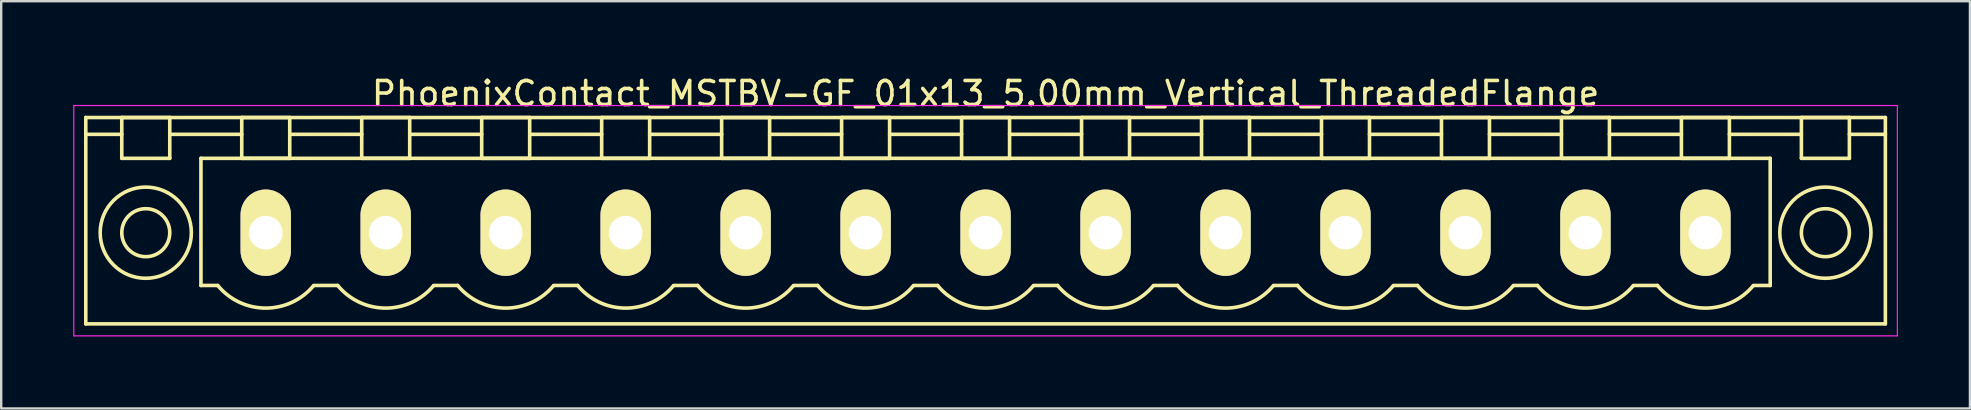
<source format=kicad_pcb>
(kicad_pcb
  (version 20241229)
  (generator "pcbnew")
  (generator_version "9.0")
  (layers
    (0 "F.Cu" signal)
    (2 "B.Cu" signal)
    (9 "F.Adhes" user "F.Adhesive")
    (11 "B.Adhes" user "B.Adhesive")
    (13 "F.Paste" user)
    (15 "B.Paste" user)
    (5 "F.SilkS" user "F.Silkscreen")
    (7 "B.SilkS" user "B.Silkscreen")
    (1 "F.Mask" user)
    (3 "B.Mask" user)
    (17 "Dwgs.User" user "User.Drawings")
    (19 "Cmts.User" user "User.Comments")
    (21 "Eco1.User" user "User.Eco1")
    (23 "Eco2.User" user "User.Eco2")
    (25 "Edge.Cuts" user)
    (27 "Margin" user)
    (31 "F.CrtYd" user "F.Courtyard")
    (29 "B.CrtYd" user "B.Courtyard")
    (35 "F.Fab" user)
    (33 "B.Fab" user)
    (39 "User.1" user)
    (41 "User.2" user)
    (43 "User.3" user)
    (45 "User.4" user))
  (footprint "PhoenixContact_MSTBV-GF_01x13_5.00mm_Vertical_ThreadedFlange"
    (layer "F.Cu")
    (at 8.025 6.648)
    (property "Reference" "PhoenixContact_MSTBV-GF_01x13_5.00mm_Vertical_ThreadedFlange" (at 30 -5.8 0) (layer "F.SilkS") (effects (font (size 1 1) (thickness 0.15))))
    (attr through_hole)
    (fp_line (start -7.5 -4.8) (end -7.5 3.8) (stroke (width 0.15) (type solid)) (layer "F.SilkS"))
    (fp_line (start -7.5 -4.1) (end -6 -4.1) (stroke (width 0.15) (type solid)) (layer "F.SilkS"))
    (fp_line (start -7.5 3.8) (end 67.5 3.8) (stroke (width 0.15) (type solid)) (layer "F.SilkS"))
    (fp_line (start -6 -4.8) (end -4 -4.8) (stroke (width 0.15) (type solid)) (layer "F.SilkS"))
    (fp_line (start -6 -3.1) (end -6 -4.8) (stroke (width 0.15) (type solid)) (layer "F.SilkS"))
    (fp_line (start -4 -4.8) (end -4 -3.1) (stroke (width 0.15) (type solid)) (layer "F.SilkS"))
    (fp_line (start -4 -4.1) (end -1 -4.1) (stroke (width 0.15) (type solid)) (layer "F.SilkS"))
    (fp_line (start -4 -3.1) (end -6 -3.1) (stroke (width 0.15) (type solid)) (layer "F.SilkS"))
    (fp_line (start -2.7 -3.1) (end 62.7 -3.1) (stroke (width 0.15) (type solid)) (layer "F.SilkS"))
    (fp_line (start -2.7 2.2) (end -2.7 -3.1) (stroke (width 0.15) (type solid)) (layer "F.SilkS"))
    (fp_line (start -2 2.2) (end -2.7 2.2) (stroke (width 0.15) (type solid)) (layer "F.SilkS"))
    (fp_line (start -1 -4.8) (end 1 -4.8) (stroke (width 0.15) (type solid)) (layer "F.SilkS"))
    (fp_line (start -1 -3.1) (end -1 -4.8) (stroke (width 0.15) (type solid)) (layer "F.SilkS"))
    (fp_line (start 1 -4.8) (end 1 -3.1) (stroke (width 0.15) (type solid)) (layer "F.SilkS"))
    (fp_line (start 1 -4.1) (end 4 -4.1) (stroke (width 0.15) (type solid)) (layer "F.SilkS"))
    (fp_line (start 1 -3.1) (end -1 -3.1) (stroke (width 0.15) (type solid)) (layer "F.SilkS"))
    (fp_line (start 2 2.2) (end 3 2.2) (stroke (width 0.15) (type solid)) (layer "F.SilkS"))
    (fp_line (start 4 -4.8) (end 6 -4.8) (stroke (width 0.15) (type solid)) (layer "F.SilkS"))
    (fp_line (start 4 -3.1) (end 4 -4.8) (stroke (width 0.15) (type solid)) (layer "F.SilkS"))
    (fp_line (start 6 -4.8) (end 6 -3.1) (stroke (width 0.15) (type solid)) (layer "F.SilkS"))
    (fp_line (start 6 -4.1) (end 9 -4.1) (stroke (width 0.15) (type solid)) (layer "F.SilkS"))
    (fp_line (start 6 -3.1) (end 4 -3.1) (stroke (width 0.15) (type solid)) (layer "F.SilkS"))
    (fp_line (start 7 2.2) (end 8 2.2) (stroke (width 0.15) (type solid)) (layer "F.SilkS"))
    (fp_line (start 9 -4.8) (end 11 -4.8) (stroke (width 0.15) (type solid)) (layer "F.SilkS"))
    (fp_line (start 9 -3.1) (end 9 -4.8) (stroke (width 0.15) (type solid)) (layer "F.SilkS"))
    (fp_line (start 11 -4.8) (end 11 -3.1) (stroke (width 0.15) (type solid)) (layer "F.SilkS"))
    (fp_line (start 11 -4.1) (end 14 -4.1) (stroke (width 0.15) (type solid)) (layer "F.SilkS"))
    (fp_line (start 11 -3.1) (end 9 -3.1) (stroke (width 0.15) (type solid)) (layer "F.SilkS"))
    (fp_line (start 12 2.2) (end 13 2.2) (stroke (width 0.15) (type solid)) (layer "F.SilkS"))
    (fp_line (start 14 -4.8) (end 16 -4.8) (stroke (width 0.15) (type solid)) (layer "F.SilkS"))
    (fp_line (start 14 -3.1) (end 14 -4.8) (stroke (width 0.15) (type solid)) (layer "F.SilkS"))
    (fp_line (start 16 -4.8) (end 16 -3.1) (stroke (width 0.15) (type solid)) (layer "F.SilkS"))
    (fp_line (start 16 -4.1) (end 19 -4.1) (stroke (width 0.15) (type solid)) (layer "F.SilkS"))
    (fp_line (start 16 -3.1) (end 14 -3.1) (stroke (width 0.15) (type solid)) (layer "F.SilkS"))
    (fp_line (start 17 2.2) (end 18 2.2) (stroke (width 0.15) (type solid)) (layer "F.SilkS"))
    (fp_line (start 19 -4.8) (end 21 -4.8) (stroke (width 0.15) (type solid)) (layer "F.SilkS"))
    (fp_line (start 19 -3.1) (end 19 -4.8) (stroke (width 0.15) (type solid)) (layer "F.SilkS"))
    (fp_line (start 21 -4.8) (end 21 -3.1) (stroke (width 0.15) (type solid)) (layer "F.SilkS"))
    (fp_line (start 21 -4.1) (end 24 -4.1) (stroke (width 0.15) (type solid)) (layer "F.SilkS"))
    (fp_line (start 21 -3.1) (end 19 -3.1) (stroke (width 0.15) (type solid)) (layer "F.SilkS"))
    (fp_line (start 22 2.2) (end 23 2.2) (stroke (width 0.15) (type solid)) (layer "F.SilkS"))
    (fp_line (start 24 -4.8) (end 26 -4.8) (stroke (width 0.15) (type solid)) (layer "F.SilkS"))
    (fp_line (start 24 -3.1) (end 24 -4.8) (stroke (width 0.15) (type solid)) (layer "F.SilkS"))
    (fp_line (start 26 -4.8) (end 26 -3.1) (stroke (width 0.15) (type solid)) (layer "F.SilkS"))
    (fp_line (start 26 -4.1) (end 29 -4.1) (stroke (width 0.15) (type solid)) (layer "F.SilkS"))
    (fp_line (start 26 -3.1) (end 24 -3.1) (stroke (width 0.15) (type solid)) (layer "F.SilkS"))
    (fp_line (start 27 2.2) (end 28 2.2) (stroke (width 0.15) (type solid)) (layer "F.SilkS"))
    (fp_line (start 29 -4.8) (end 31 -4.8) (stroke (width 0.15) (type solid)) (layer "F.SilkS"))
    (fp_line (start 29 -3.1) (end 29 -4.8) (stroke (width 0.15) (type solid)) (layer "F.SilkS"))
    (fp_line (start 31 -4.8) (end 31 -3.1) (stroke (width 0.15) (type solid)) (layer "F.SilkS"))
    (fp_line (start 31 -4.1) (end 34 -4.1) (stroke (width 0.15) (type solid)) (layer "F.SilkS"))
    (fp_line (start 31 -3.1) (end 29 -3.1) (stroke (width 0.15) (type solid)) (layer "F.SilkS"))
    (fp_line (start 32 2.2) (end 33 2.2) (stroke (width 0.15) (type solid)) (layer "F.SilkS"))
    (fp_line (start 34 -4.8) (end 36 -4.8) (stroke (width 0.15) (type solid)) (layer "F.SilkS"))
    (fp_line (start 34 -3.1) (end 34 -4.8) (stroke (width 0.15) (type solid)) (layer "F.SilkS"))
    (fp_line (start 36 -4.8) (end 36 -3.1) (stroke (width 0.15) (type solid)) (layer "F.SilkS"))
    (fp_line (start 36 -4.1) (end 39 -4.1) (stroke (width 0.15) (type solid)) (layer "F.SilkS"))
    (fp_line (start 36 -3.1) (end 34 -3.1) (stroke (width 0.15) (type solid)) (layer "F.SilkS"))
    (fp_line (start 37 2.2) (end 38 2.2) (stroke (width 0.15) (type solid)) (layer "F.SilkS"))
    (fp_line (start 39 -4.8) (end 41 -4.8) (stroke (width 0.15) (type solid)) (layer "F.SilkS"))
    (fp_line (start 39 -3.1) (end 39 -4.8) (stroke (width 0.15) (type solid)) (layer "F.SilkS"))
    (fp_line (start 41 -4.8) (end 41 -3.1) (stroke (width 0.15) (type solid)) (layer "F.SilkS"))
    (fp_line (start 41 -4.1) (end 44 -4.1) (stroke (width 0.15) (type solid)) (layer "F.SilkS"))
    (fp_line (start 41 -3.1) (end 39 -3.1) (stroke (width 0.15) (type solid)) (layer "F.SilkS"))
    (fp_line (start 42 2.2) (end 43 2.2) (stroke (width 0.15) (type solid)) (layer "F.SilkS"))
    (fp_line (start 44 -4.8) (end 46 -4.8) (stroke (width 0.15) (type solid)) (layer "F.SilkS"))
    (fp_line (start 44 -3.1) (end 44 -4.8) (stroke (width 0.15) (type solid)) (layer "F.SilkS"))
    (fp_line (start 46 -4.8) (end 46 -3.1) (stroke (width 0.15) (type solid)) (layer "F.SilkS"))
    (fp_line (start 46 -4.1) (end 49 -4.1) (stroke (width 0.15) (type solid)) (layer "F.SilkS"))
    (fp_line (start 46 -3.1) (end 44 -3.1) (stroke (width 0.15) (type solid)) (layer "F.SilkS"))
    (fp_line (start 47 2.2) (end 48 2.2) (stroke (width 0.15) (type solid)) (layer "F.SilkS"))
    (fp_line (start 49 -4.8) (end 51 -4.8) (stroke (width 0.15) (type solid)) (layer "F.SilkS"))
    (fp_line (start 49 -3.1) (end 49 -4.8) (stroke (width 0.15) (type solid)) (layer "F.SilkS"))
    (fp_line (start 51 -4.8) (end 51 -3.1) (stroke (width 0.15) (type solid)) (layer "F.SilkS"))
    (fp_line (start 51 -4.1) (end 54 -4.1) (stroke (width 0.15) (type solid)) (layer "F.SilkS"))
    (fp_line (start 51 -3.1) (end 49 -3.1) (stroke (width 0.15) (type solid)) (layer "F.SilkS"))
    (fp_line (start 52 2.2) (end 53 2.2) (stroke (width 0.15) (type solid)) (layer "F.SilkS"))
    (fp_line (start 54 -4.8) (end 56 -4.8) (stroke (width 0.15) (type solid)) (layer "F.SilkS"))
    (fp_line (start 54 -3.1) (end 54 -4.8) (stroke (width 0.15) (type solid)) (layer "F.SilkS"))
    (fp_line (start 56 -4.8) (end 56 -3.1) (stroke (width 0.15) (type solid)) (layer "F.SilkS"))
    (fp_line (start 56 -4.1) (end 59 -4.1) (stroke (width 0.15) (type solid)) (layer "F.SilkS"))
    (fp_line (start 56 -3.1) (end 54 -3.1) (stroke (width 0.15) (type solid)) (layer "F.SilkS"))
    (fp_line (start 57 2.2) (end 58 2.2) (stroke (width 0.15) (type solid)) (layer "F.SilkS"))
    (fp_line (start 59 -4.8) (end 61 -4.8) (stroke (width 0.15) (type solid)) (layer "F.SilkS"))
    (fp_line (start 59 -3.1) (end 59 -4.8) (stroke (width 0.15) (type solid)) (layer "F.SilkS"))
    (fp_line (start 61 -4.8) (end 61 -3.1) (stroke (width 0.15) (type solid)) (layer "F.SilkS"))
    (fp_line (start 61 -4.1) (end 64 -4.1) (stroke (width 0.15) (type solid)) (layer "F.SilkS"))
    (fp_line (start 61 -3.1) (end 59 -3.1) (stroke (width 0.15) (type solid)) (layer "F.SilkS"))
    (fp_line (start 62.7 -3.1) (end 62.7 2.2) (stroke (width 0.15) (type solid)) (layer "F.SilkS"))
    (fp_line (start 62.7 2.2) (end 62 2.2) (stroke (width 0.15) (type solid)) (layer "F.SilkS"))
    (fp_line (start 64 -4.8) (end 66 -4.8) (stroke (width 0.15) (type solid)) (layer "F.SilkS"))
    (fp_line (start 64 -3.1) (end 64 -4.8) (stroke (width 0.15) (type solid)) (layer "F.SilkS"))
    (fp_line (start 66 -4.8) (end 66 -3.1) (stroke (width 0.15) (type solid)) (layer "F.SilkS"))
    (fp_line (start 66 -3.1) (end 64 -3.1) (stroke (width 0.15) (type solid)) (layer "F.SilkS"))
    (fp_line (start 67.5 -4.8) (end -7.5 -4.8) (stroke (width 0.15) (type solid)) (layer "F.SilkS"))
    (fp_line (start 67.5 -4.1) (end 66 -4.1) (stroke (width 0.15) (type solid)) (layer "F.SilkS"))
    (fp_line (start 67.5 3.8) (end 67.5 -4.8) (stroke (width 0.15) (type solid)) (layer "F.SilkS"))
    (fp_arc (start 1.986842 2.215821) (mid -0.010289 3.142758) (end -2 2.2) (stroke (width 0.15) (type solid)) (layer "F.SilkS"))
    (fp_arc (start 6.986842 2.215821) (mid 4.989711 3.142758) (end 3 2.2) (stroke (width 0.15) (type solid)) (layer "F.SilkS"))
    (fp_arc (start 11.986842 2.215821) (mid 9.989711 3.142758) (end 8 2.2) (stroke (width 0.15) (type solid)) (layer "F.SilkS"))
    (fp_arc (start 16.986842 2.215821) (mid 14.989711 3.142758) (end 13 2.2) (stroke (width 0.15) (type solid)) (layer "F.SilkS"))
    (fp_arc (start 21.986842 2.215821) (mid 19.989711 3.142758) (end 18 2.2) (stroke (width 0.15) (type solid)) (layer "F.SilkS"))
    (fp_arc (start 26.986842 2.215821) (mid 24.989711 3.142758) (end 23 2.2) (stroke (width 0.15) (type solid)) (layer "F.SilkS"))
    (fp_arc (start 31.986842 2.215821) (mid 29.989711 3.142758) (end 28 2.2) (stroke (width 0.15) (type solid)) (layer "F.SilkS"))
    (fp_arc (start 36.986842 2.215821) (mid 34.989711 3.142758) (end 33 2.2) (stroke (width 0.15) (type solid)) (layer "F.SilkS"))
    (fp_arc (start 41.986842 2.215821) (mid 39.989711 3.142758) (end 38 2.2) (stroke (width 0.15) (type solid)) (layer "F.SilkS"))
    (fp_arc (start 46.986842 2.215821) (mid 44.989711 3.142758) (end 43 2.2) (stroke (width 0.15) (type solid)) (layer "F.SilkS"))
    (fp_arc (start 51.986842 2.215821) (mid 49.989711 3.142758) (end 48 2.2) (stroke (width 0.15) (type solid)) (layer "F.SilkS"))
    (fp_arc (start 56.986842 2.215821) (mid 54.989711 3.142758) (end 53 2.2) (stroke (width 0.15) (type solid)) (layer "F.SilkS"))
    (fp_arc (start 61.986842 2.215821) (mid 59.989711 3.142758) (end 58 2.2) (stroke (width 0.15) (type solid)) (layer "F.SilkS"))
    (fp_circle (center -5 0) (end -4 0) (stroke (width 0.15) (type solid)) (fill no) (layer "F.SilkS"))
    (fp_circle (center -5 0) (end -3.1 0) (stroke (width 0.15) (type solid)) (fill no) (layer "F.SilkS"))
    (fp_circle (center 65 0) (end 66 0) (stroke (width 0.15) (type solid)) (fill no) (layer "F.SilkS"))
    (fp_circle (center 65 0) (end 66.9 0) (stroke (width 0.15) (type solid)) (fill no) (layer "F.SilkS"))
    (fp_line (start -8 -5.3) (end -8 4.3) (stroke (width 0.05) (type solid)) (layer "F.CrtYd"))
    (fp_line (start -8 4.3) (end 68 4.3) (stroke (width 0.05) (type solid)) (layer "F.CrtYd"))
    (fp_line (start 68 -5.3) (end -8 -5.3) (stroke (width 0.05) (type solid)) (layer "F.CrtYd"))
    (fp_line (start 68 4.3) (end 68 -5.3) (stroke (width 0.05) (type solid)) (layer "F.CrtYd"))
    (pad "1" thru_hole oval (at 0 0) (size 2.1 3.6) (drill 1.4) (layers "*.Cu" "*.Mask" "F.SilkS"))
    (pad "2" thru_hole oval (at 5 0) (size 2.1 3.6) (drill 1.4) (layers "*.Cu" "*.Mask" "F.SilkS"))
    (pad "3" thru_hole oval (at 10 0) (size 2.1 3.6) (drill 1.4) (layers "*.Cu" "*.Mask" "F.SilkS"))
    (pad "4" thru_hole oval (at 15 0) (size 2.1 3.6) (drill 1.4) (layers "*.Cu" "*.Mask" "F.SilkS"))
    (pad "5" thru_hole oval (at 20 0) (size 2.1 3.6) (drill 1.4) (layers "*.Cu" "*.Mask" "F.SilkS"))
    (pad "6" thru_hole oval (at 25 0) (size 2.1 3.6) (drill 1.4) (layers "*.Cu" "*.Mask" "F.SilkS"))
    (pad "7" thru_hole oval (at 30 0) (size 2.1 3.6) (drill 1.4) (layers "*.Cu" "*.Mask" "F.SilkS"))
    (pad "8" thru_hole oval (at 35 0) (size 2.1 3.6) (drill 1.4) (layers "*.Cu" "*.Mask" "F.SilkS"))
    (pad "9" thru_hole oval (at 40 0) (size 2.1 3.6) (drill 1.4) (layers "*.Cu" "*.Mask" "F.SilkS"))
    (pad "10" thru_hole oval (at 45 0) (size 2.1 3.6) (drill 1.4) (layers "*.Cu" "*.Mask" "F.SilkS"))
    (pad "11" thru_hole oval (at 50 0) (size 2.1 3.6) (drill 1.4) (layers "*.Cu" "*.Mask" "F.SilkS"))
    (pad "12" thru_hole oval (at 55 0) (size 2.1 3.6) (drill 1.4) (layers "*.Cu" "*.Mask" "F.SilkS"))
    (pad "13" thru_hole oval (at 60 0) (size 2.1 3.6) (drill 1.4) (layers "*.Cu" "*.Mask" "F.SilkS")))
  (gr_rect
    (start -3 -3)
    (end 79.05 13.973)
    (stroke (width 0.1) (type default))
    (fill no)
    (layer "Edge.Cuts")))
</source>
